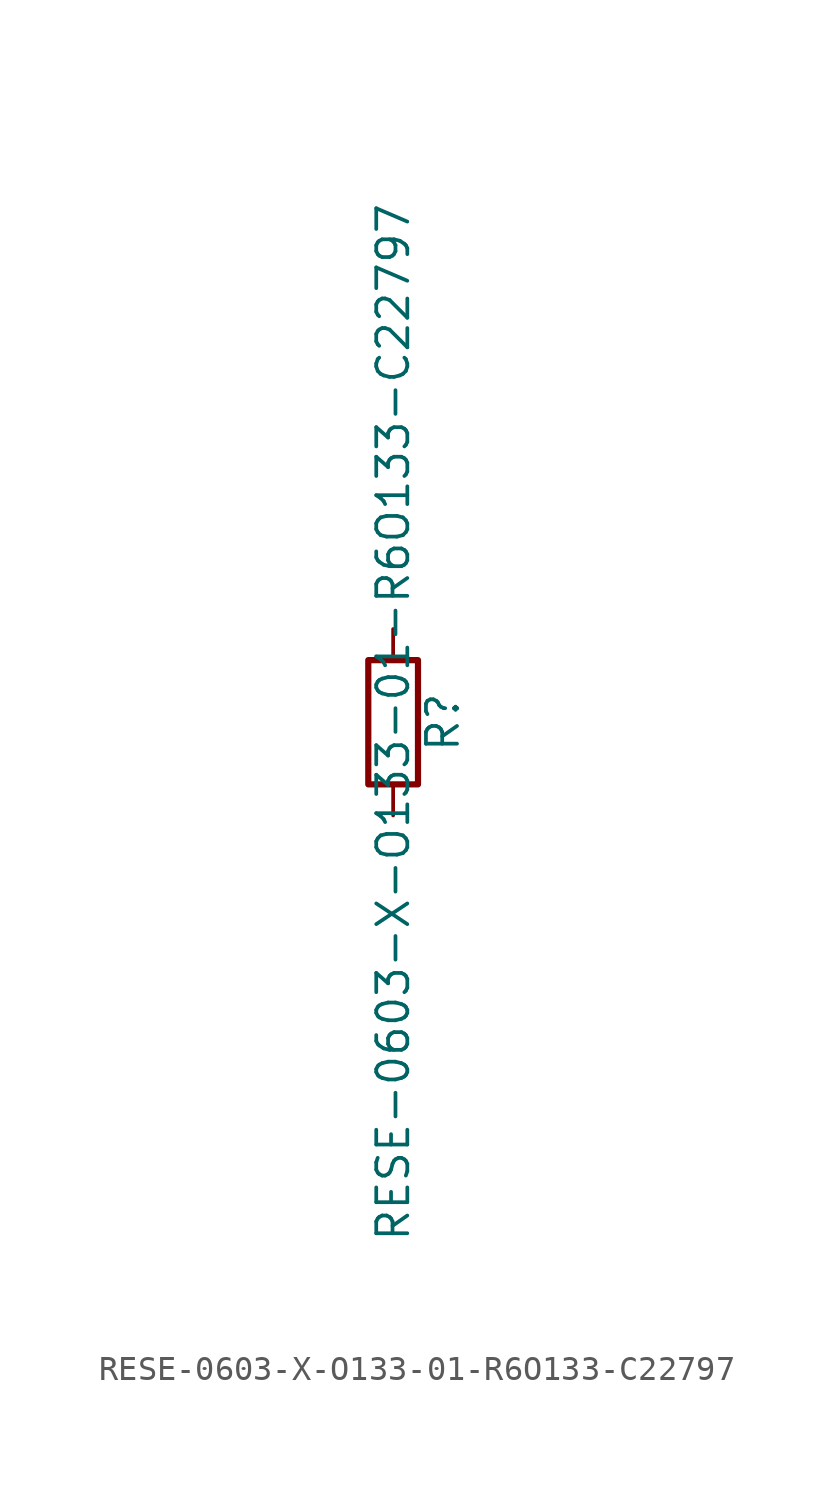
<source format=kicad_sym>
(kicad_symbol_lib
  (version 20211014)
  (generator kicad_symbol_editor)
  (symbol "RESE-0603-X-O133-01-R6O133-C22797"
    (pin_numbers hide)
    (pin_names
      (offset 0))
    (property "Reference" "R"
      (at 2.032 0 90)
      (effects (font (size 1.27 1.27))))
    (property "Value" "RESE-0603-X-O133-01-R6O133-C22797"
      (at 0 0 90)
      (effects (font (size 1.27 1.27))))
    (symbol "RESE-0603-X-O133-01-R6O133-C22797_0_1"
      (rectangle (start -1.016 -2.54) (end 1.016 2.54) (stroke (width 0.254) (type default) (color 0 0 0 0)) (fill (type none))))
    (symbol "RESE-0603-X-O133-01-R6O133-C22797_1_1"
      (pin passive line (at 0 3.81 270) (length 1.27) (name "~" (effects (font (size 1.27 1.27)))) (number "1" (effects (font (size 1.27 1.27)))))
      (pin passive line (at 0 -3.81 90) (length 1.27) (name "~" (effects (font (size 1.27 1.27)))) (number "2" (effects (font (size 1.27 1.27))))))))
</source>
